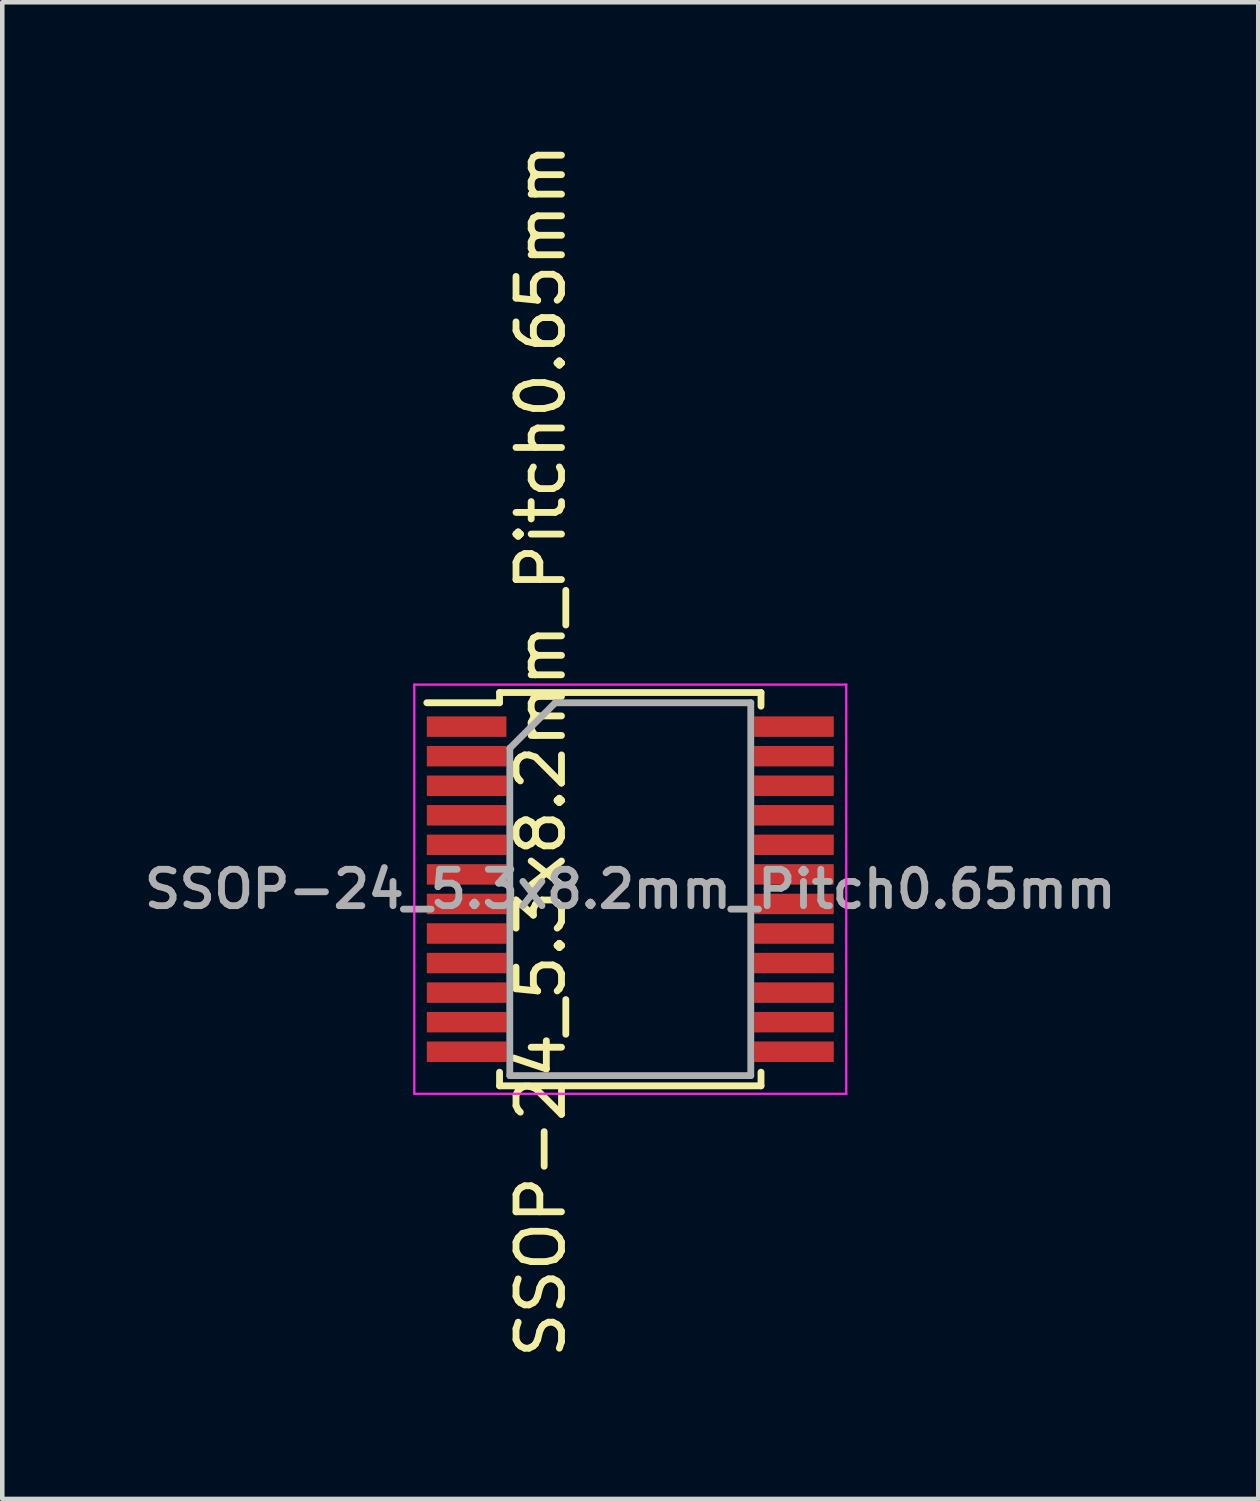
<source format=kicad_pcb>
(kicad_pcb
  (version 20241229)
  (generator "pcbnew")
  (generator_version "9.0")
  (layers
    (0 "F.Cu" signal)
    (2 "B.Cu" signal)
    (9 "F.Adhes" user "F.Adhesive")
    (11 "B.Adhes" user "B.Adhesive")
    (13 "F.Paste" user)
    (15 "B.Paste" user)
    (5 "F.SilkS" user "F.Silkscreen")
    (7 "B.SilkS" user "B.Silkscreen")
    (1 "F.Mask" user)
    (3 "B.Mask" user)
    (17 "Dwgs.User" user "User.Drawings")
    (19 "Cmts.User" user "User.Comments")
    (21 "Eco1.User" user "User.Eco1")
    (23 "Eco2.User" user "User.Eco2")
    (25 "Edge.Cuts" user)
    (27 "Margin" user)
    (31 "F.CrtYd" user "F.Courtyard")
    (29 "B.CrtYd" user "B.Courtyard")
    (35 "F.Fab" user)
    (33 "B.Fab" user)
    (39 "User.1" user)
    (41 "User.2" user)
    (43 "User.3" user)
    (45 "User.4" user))
  (footprint "SSOP-24_5.3x8.2mm_Pitch0.65mm"
    (layer "F.Cu")
    (at 10.812 16.506)
    (property "Reference" "SSOP-24_5.3x8.2mm_Pitch0.65mm" (at -1.968 -3.048 90) (layer "F.SilkS") (effects (font (size 1 1) (thickness 0.15))))
    (attr smd)
    (fp_line (start -2.875 -4.325) (end -2.875 -4.1) (stroke (width 0.15) (type solid)) (layer "F.SilkS"))
    (fp_line (start -2.875 -4.325) (end 2.875 -4.325) (stroke (width 0.15) (type solid)) (layer "F.SilkS"))
    (fp_line (start -2.875 -4.1) (end -4.475 -4.1) (stroke (width 0.15) (type solid)) (layer "F.SilkS"))
    (fp_line (start -2.875 4.325) (end -2.875 4.025) (stroke (width 0.15) (type solid)) (layer "F.SilkS"))
    (fp_line (start -2.875 4.325) (end 2.875 4.325) (stroke (width 0.15) (type solid)) (layer "F.SilkS"))
    (fp_line (start 2.875 -4.325) (end 2.875 -4.025) (stroke (width 0.15) (type solid)) (layer "F.SilkS"))
    (fp_line (start 2.875 4.325) (end 2.875 4.025) (stroke (width 0.15) (type solid)) (layer "F.SilkS"))
    (fp_line (start -4.75 -4.5) (end -4.75 4.5) (stroke (width 0.05) (type solid)) (layer "F.CrtYd"))
    (fp_line (start -4.75 -4.5) (end 4.75 -4.5) (stroke (width 0.05) (type solid)) (layer "F.CrtYd"))
    (fp_line (start -4.75 4.5) (end 4.75 4.5) (stroke (width 0.05) (type solid)) (layer "F.CrtYd"))
    (fp_line (start 4.75 -4.5) (end 4.75 4.5) (stroke (width 0.05) (type solid)) (layer "F.CrtYd"))
    (fp_line (start -2.65 -3.1) (end -1.65 -4.1) (stroke (width 0.15) (type solid)) (layer "F.Fab"))
    (fp_line (start -2.65 4.1) (end -2.65 -3.1) (stroke (width 0.15) (type solid)) (layer "F.Fab"))
    (fp_line (start -1.65 -4.1) (end 2.65 -4.1) (stroke (width 0.15) (type solid)) (layer "F.Fab"))
    (fp_line (start 2.65 -4.1) (end 2.65 4.1) (stroke (width 0.15) (type solid)) (layer "F.Fab"))
    (fp_line (start 2.65 4.1) (end -2.65 4.1) (stroke (width 0.15) (type solid)) (layer "F.Fab"))
    (fp_text user "${REFERENCE}" (at 0 0 0) (layer "F.Fab") (effects (font (size 0.8 0.8) (thickness 0.15))))
    (pad "1" smd rect (at -3.6 -3.575) (size 1.75 0.45) (layers "F.Cu" "F.Mask" "F.Paste"))
    (pad "2" smd rect (at -3.6 -2.925) (size 1.75 0.45) (layers "F.Cu" "F.Mask" "F.Paste"))
    (pad "3" smd rect (at -3.6 -2.275) (size 1.75 0.45) (layers "F.Cu" "F.Mask" "F.Paste"))
    (pad "4" smd rect (at -3.6 -1.625) (size 1.75 0.45) (layers "F.Cu" "F.Mask" "F.Paste"))
    (pad "5" smd rect (at -3.6 -0.975) (size 1.75 0.45) (layers "F.Cu" "F.Mask" "F.Paste"))
    (pad "6" smd rect (at -3.6 -0.325) (size 1.75 0.45) (layers "F.Cu" "F.Mask" "F.Paste"))
    (pad "7" smd rect (at -3.6 0.325) (size 1.75 0.45) (layers "F.Cu" "F.Mask" "F.Paste"))
    (pad "8" smd rect (at -3.6 0.975) (size 1.75 0.45) (layers "F.Cu" "F.Mask" "F.Paste"))
    (pad "9" smd rect (at -3.6 1.625) (size 1.75 0.45) (layers "F.Cu" "F.Mask" "F.Paste"))
    (pad "10" smd rect (at -3.6 2.275) (size 1.75 0.45) (layers "F.Cu" "F.Mask" "F.Paste"))
    (pad "11" smd rect (at -3.6 2.925) (size 1.75 0.45) (layers "F.Cu" "F.Mask" "F.Paste"))
    (pad "12" smd rect (at -3.6 3.575) (size 1.75 0.45) (layers "F.Cu" "F.Mask" "F.Paste"))
    (pad "13" smd rect (at 3.6 3.575) (size 1.75 0.45) (layers "F.Cu" "F.Mask" "F.Paste"))
    (pad "14" smd rect (at 3.6 2.925) (size 1.75 0.45) (layers "F.Cu" "F.Mask" "F.Paste"))
    (pad "15" smd rect (at 3.6 2.275) (size 1.75 0.45) (layers "F.Cu" "F.Mask" "F.Paste"))
    (pad "16" smd rect (at 3.6 1.625) (size 1.75 0.45) (layers "F.Cu" "F.Mask" "F.Paste"))
    (pad "17" smd rect (at 3.6 0.975) (size 1.75 0.45) (layers "F.Cu" "F.Mask" "F.Paste"))
    (pad "18" smd rect (at 3.6 0.325) (size 1.75 0.45) (layers "F.Cu" "F.Mask" "F.Paste"))
    (pad "19" smd rect (at 3.6 -0.325) (size 1.75 0.45) (layers "F.Cu" "F.Mask" "F.Paste"))
    (pad "20" smd rect (at 3.6 -0.975) (size 1.75 0.45) (layers "F.Cu" "F.Mask" "F.Paste"))
    (pad "21" smd rect (at 3.6 -1.625) (size 1.75 0.45) (layers "F.Cu" "F.Mask" "F.Paste"))
    (pad "22" smd rect (at 3.6 -2.275) (size 1.75 0.45) (layers "F.Cu" "F.Mask" "F.Paste"))
    (pad "23" smd rect (at 3.6 -2.925) (size 1.75 0.45) (layers "F.Cu" "F.Mask" "F.Paste"))
    (pad "24" smd rect (at 3.6 -3.575) (size 1.75 0.45) (layers "F.Cu" "F.Mask" "F.Paste")))
  (gr_rect
    (start -3 -3)
    (end 24.623 29.917)
    (stroke (width 0.1) (type default))
    (fill no)
    (layer "Edge.Cuts")))
</source>
